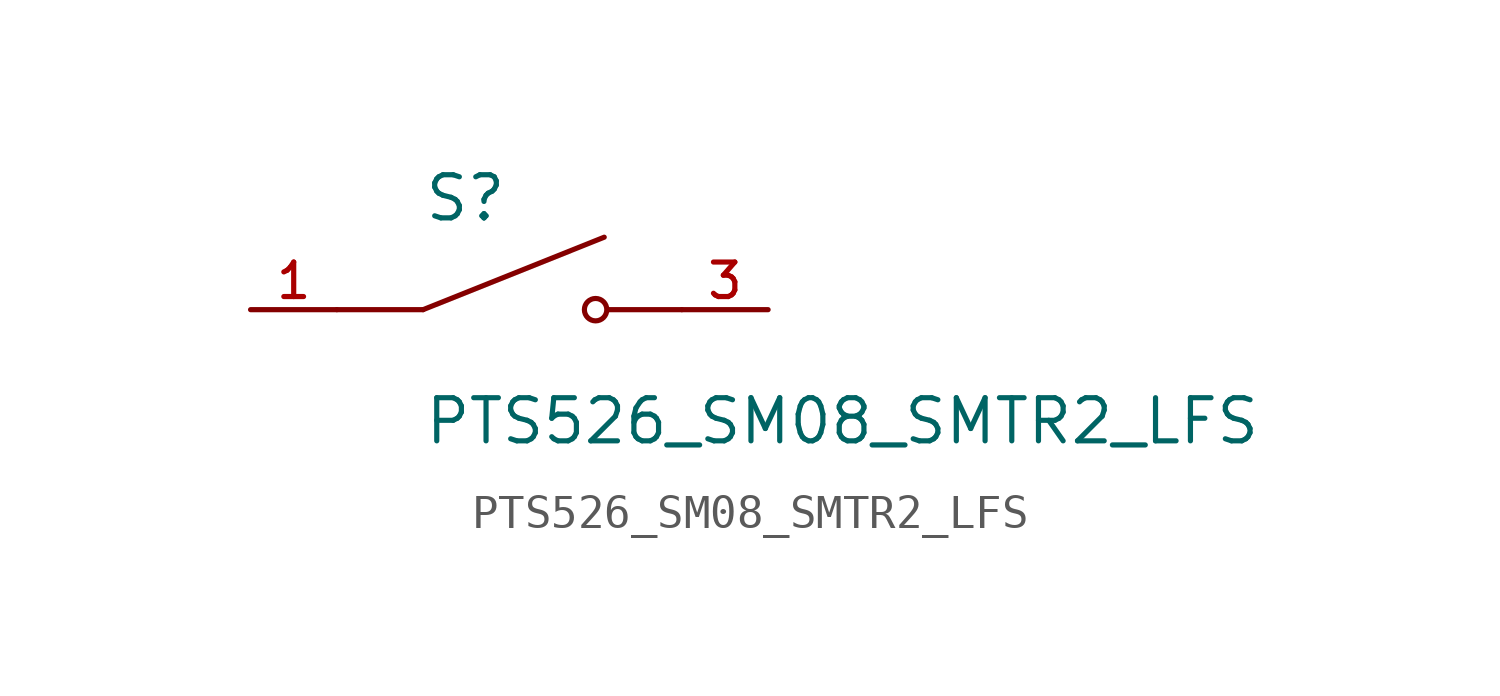
<source format=kicad_sym>
(kicad_symbol_lib
  (version 20211014)
  (generator kicad_symbol_editor)
  (symbol "PTS526_SM08_SMTR2_LFS"
    (pin_names
      (offset 1.016))
    (property "Reference" "S"
      (at -2.54 2.54 0)
      (effects (font (size 1.27 1.27)) (justify bottom left)))
    (property "Value" "PTS526_SM08_SMTR2_LFS"
      (at -2.54 -2.54 0)
      (effects (font (size 1.27 1.27)) (justify top left)))
    (symbol "PTS526_SM08_SMTR2_LFS_0_0"
      (polyline (pts (xy -2.54 0.0) (xy 2.794 2.134)) (stroke (width 0.152)))
      (circle (center 2.54 0.0) (radius 0.33) (stroke (width 0.152)) (fill (type none)))
      (polyline (pts (xy 5.08 0.0) (xy 2.921 0.0)) (stroke (width 0.152)))
      (polyline (pts (xy -2.54 0.0) (xy -5.08 0.0)) (stroke (width 0.152)))
      (pin passive line (at -7.62 0.0 0) (length 2.54) (name "~" (effects (font (size 1.016 1.016)))) (number "1" (effects (font (size 1.016 1.016)))))
      (pin passive line (at 7.62 0.0 180.0) (length 2.54) (name "~" (effects (font (size 1.016 1.016)))) (number "3" (effects (font (size 1.016 1.016))))))))
</source>
